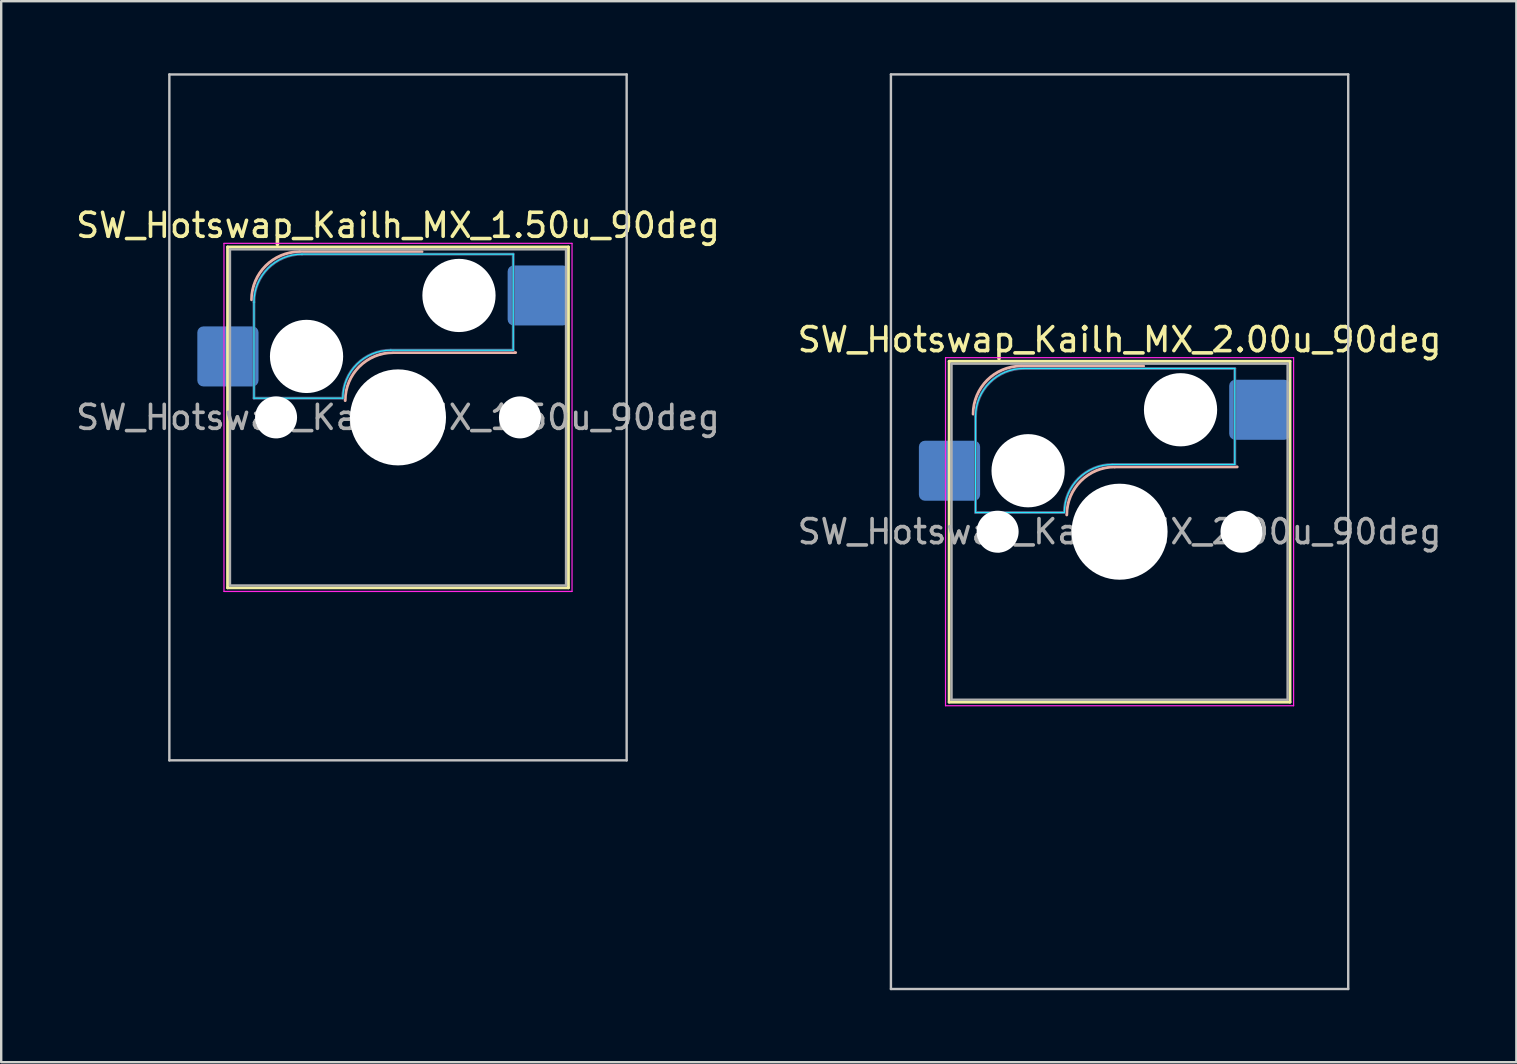
<source format=kicad_pcb>
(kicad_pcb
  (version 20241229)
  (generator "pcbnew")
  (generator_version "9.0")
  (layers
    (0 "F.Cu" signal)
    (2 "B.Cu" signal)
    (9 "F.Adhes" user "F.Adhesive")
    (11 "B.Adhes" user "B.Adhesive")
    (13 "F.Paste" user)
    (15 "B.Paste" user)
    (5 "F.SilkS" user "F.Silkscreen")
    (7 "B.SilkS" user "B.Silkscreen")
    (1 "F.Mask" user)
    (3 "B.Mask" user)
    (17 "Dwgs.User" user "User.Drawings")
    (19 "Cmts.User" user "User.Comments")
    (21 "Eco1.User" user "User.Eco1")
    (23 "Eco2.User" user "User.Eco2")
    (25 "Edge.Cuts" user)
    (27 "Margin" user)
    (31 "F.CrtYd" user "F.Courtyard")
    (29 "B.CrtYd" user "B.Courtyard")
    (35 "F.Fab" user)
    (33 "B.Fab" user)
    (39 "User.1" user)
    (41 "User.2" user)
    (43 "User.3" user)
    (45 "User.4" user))
  (footprint "SW_Hotswap_Kailh_MX_2.00u_90deg"
    (layer "F.Cu")
    (at 43.589 19.1)
    (property "Reference" "SW_Hotswap_Kailh_MX_2.00u_90deg" (at 0 -8 0) (layer "F.SilkS") (effects (font (size 1 1) (thickness 0.15))))
    (attr smd)
    (fp_line (start -7.1 -7.1) (end -7.1 7.1) (stroke (width 0.12) (type solid)) (layer "F.SilkS"))
    (fp_line (start -7.1 7.1) (end 7.1 7.1) (stroke (width 0.12) (type solid)) (layer "F.SilkS"))
    (fp_line (start 7.1 -7.1) (end -7.1 -7.1) (stroke (width 0.12) (type solid)) (layer "F.SilkS"))
    (fp_line (start 7.1 7.1) (end 7.1 -7.1) (stroke (width 0.12) (type solid)) (layer "F.SilkS"))
    (fp_line (start -4.1 -6.9) (end 1 -6.9) (stroke (width 0.12) (type solid)) (layer "B.SilkS"))
    (fp_line (start -0.2 -2.7) (end 4.9 -2.7) (stroke (width 0.12) (type solid)) (layer "B.SilkS"))
    (fp_arc (start -6.1 -4.9) (mid -5.514214 -6.314214) (end -4.1 -6.9) (stroke (width 0.12) (type solid)) (layer "B.SilkS"))
    (fp_arc (start -2.2 -0.7) (mid -1.614214 -2.114214) (end -0.2 -2.7) (stroke (width 0.12) (type solid)) (layer "B.SilkS"))
    (fp_line (start -9.525 -19.05) (end 9.525 -19.05) (stroke (width 0.1) (type solid)) (layer "Dwgs.User"))
    (fp_line (start -9.525 19.05) (end -9.525 -19.05) (stroke (width 0.1) (type solid)) (layer "Dwgs.User"))
    (fp_line (start 9.525 -19.05) (end 9.525 19.05) (stroke (width 0.1) (type solid)) (layer "Dwgs.User"))
    (fp_line (start 9.525 19.05) (end -9.525 19.05) (stroke (width 0.1) (type solid)) (layer "Dwgs.User"))
    (fp_line (start -7.8 -6) (end -7 -6) (stroke (width 0.1) (type solid)) (layer "Eco1.User"))
    (fp_line (start -7.8 -2.9) (end -7.8 -6) (stroke (width 0.1) (type solid)) (layer "Eco1.User"))
    (fp_line (start -7.8 2.9) (end -7 2.9) (stroke (width 0.1) (type solid)) (layer "Eco1.User"))
    (fp_line (start -7.8 6) (end -7.8 2.9) (stroke (width 0.1) (type solid)) (layer "Eco1.User"))
    (fp_line (start -7 -7) (end 7 -7) (stroke (width 0.1) (type solid)) (layer "Eco1.User"))
    (fp_line (start -7 -6) (end -7 -7) (stroke (width 0.1) (type solid)) (layer "Eco1.User"))
    (fp_line (start -7 -2.9) (end -7.8 -2.9) (stroke (width 0.1) (type solid)) (layer "Eco1.User"))
    (fp_line (start -7 2.9) (end -7 -2.9) (stroke (width 0.1) (type solid)) (layer "Eco1.User"))
    (fp_line (start -7 6) (end -7.8 6) (stroke (width 0.1) (type solid)) (layer "Eco1.User"))
    (fp_line (start -7 7) (end -7 6) (stroke (width 0.1) (type solid)) (layer "Eco1.User"))
    (fp_line (start 7 -7) (end 7 -6) (stroke (width 0.1) (type solid)) (layer "Eco1.User"))
    (fp_line (start 7 -6) (end 7.8 -6) (stroke (width 0.1) (type solid)) (layer "Eco1.User"))
    (fp_line (start 7 -2.9) (end 7 2.9) (stroke (width 0.1) (type solid)) (layer "Eco1.User"))
    (fp_line (start 7 2.9) (end 7.8 2.9) (stroke (width 0.1) (type solid)) (layer "Eco1.User"))
    (fp_line (start 7 6) (end 7 7) (stroke (width 0.1) (type solid)) (layer "Eco1.User"))
    (fp_line (start 7 7) (end -7 7) (stroke (width 0.1) (type solid)) (layer "Eco1.User"))
    (fp_line (start 7.8 -6) (end 7.8 -2.9) (stroke (width 0.1) (type solid)) (layer "Eco1.User"))
    (fp_line (start 7.8 -2.9) (end 7 -2.9) (stroke (width 0.1) (type solid)) (layer "Eco1.User"))
    (fp_line (start 7.8 2.9) (end 7.8 6) (stroke (width 0.1) (type solid)) (layer "Eco1.User"))
    (fp_line (start 7.8 6) (end 7 6) (stroke (width 0.1) (type solid)) (layer "Eco1.User"))
    (fp_line (start -6 -0.8) (end -6 -4.8) (stroke (width 0.05) (type solid)) (layer "B.CrtYd"))
    (fp_line (start -6 -0.8) (end -2.3 -0.8) (stroke (width 0.05) (type solid)) (layer "B.CrtYd"))
    (fp_line (start -4 -6.8) (end 4.8 -6.8) (stroke (width 0.05) (type solid)) (layer "B.CrtYd"))
    (fp_line (start -0.3 -2.8) (end 4.8 -2.8) (stroke (width 0.05) (type solid)) (layer "B.CrtYd"))
    (fp_line (start 4.8 -6.8) (end 4.8 -2.8) (stroke (width 0.05) (type solid)) (layer "B.CrtYd"))
    (fp_arc (start -6 -4.8) (mid -5.414214 -6.214214) (end -4 -6.8) (stroke (width 0.05) (type solid)) (layer "B.CrtYd"))
    (fp_arc (start -2.3 -0.8) (mid -1.714214 -2.214214) (end -0.3 -2.8) (stroke (width 0.05) (type solid)) (layer "B.CrtYd"))
    (fp_line (start -7.25 -7.25) (end -7.25 7.25) (stroke (width 0.05) (type solid)) (layer "F.CrtYd"))
    (fp_line (start -7.25 7.25) (end 7.25 7.25) (stroke (width 0.05) (type solid)) (layer "F.CrtYd"))
    (fp_line (start 7.25 -7.25) (end -7.25 -7.25) (stroke (width 0.05) (type solid)) (layer "F.CrtYd"))
    (fp_line (start 7.25 7.25) (end 7.25 -7.25) (stroke (width 0.05) (type solid)) (layer "F.CrtYd"))
    (fp_line (start -6 -0.8) (end -6 -4.8) (stroke (width 0.12) (type solid)) (layer "B.Fab"))
    (fp_line (start -6 -0.8) (end -2.3 -0.8) (stroke (width 0.12) (type solid)) (layer "B.Fab"))
    (fp_line (start -4 -6.8) (end 4.8 -6.8) (stroke (width 0.12) (type solid)) (layer "B.Fab"))
    (fp_line (start -0.3 -2.8) (end 4.8 -2.8) (stroke (width 0.12) (type solid)) (layer "B.Fab"))
    (fp_line (start 4.8 -6.8) (end 4.8 -2.8) (stroke (width 0.12) (type solid)) (layer "B.Fab"))
    (fp_arc (start -6 -4.8) (mid -5.414214 -6.214214) (end -4 -6.8) (stroke (width 0.12) (type solid)) (layer "B.Fab"))
    (fp_arc (start -2.3 -0.8) (mid -1.714214 -2.214214) (end -0.3 -2.8) (stroke (width 0.12) (type solid)) (layer "B.Fab"))
    (fp_line (start -7 -7) (end -7 7) (stroke (width 0.1) (type solid)) (layer "F.Fab"))
    (fp_line (start -7 7) (end 7 7) (stroke (width 0.1) (type solid)) (layer "F.Fab"))
    (fp_line (start 7 -7) (end -7 -7) (stroke (width 0.1) (type solid)) (layer "F.Fab"))
    (fp_line (start 7 7) (end 7 -7) (stroke (width 0.1) (type solid)) (layer "F.Fab"))
    (fp_text user "${REFERENCE}" (at 0 0 0) (layer "F.Fab") (effects (font (size 1 1) (thickness 0.15))))
    (pad "" np_thru_hole circle (at -5.08 0) (size 1.75 1.75) (drill 1.75) (layers "*.Cu" "*.Mask"))
    (pad "" np_thru_hole circle (at -3.81 -2.54) (size 3.05 3.05) (drill 3.05) (layers "*.Cu" "*.Mask"))
    (pad "" np_thru_hole circle (at 0 0) (size 4 4) (drill 4) (layers "*.Cu" "*.Mask"))
    (pad "" np_thru_hole circle (at 2.54 -5.08) (size 3.05 3.05) (drill 3.05) (layers "*.Cu" "*.Mask"))
    (pad "" np_thru_hole circle (at 5.08 0) (size 1.75 1.75) (drill 1.75) (layers "*.Cu" "*.Mask"))
    (pad "1" smd roundrect (at -7.085 -2.54) (size 2.55 2.5) (layers "B.Cu" "B.Mask" "B.Paste") (roundrect_rratio 0.1))
    (pad "2" smd roundrect (at 5.842 -5.08) (size 2.55 2.5) (layers "B.Cu" "B.Mask" "B.Paste") (roundrect_rratio 0.1)))
  (footprint "SW_Hotswap_Kailh_MX_1.50u_90deg"
    (layer "F.Cu")
    (at 13.53 14.338)
    (property "Reference" "SW_Hotswap_Kailh_MX_1.50u_90deg" (at 0 -8 0) (layer "F.SilkS") (effects (font (size 1 1) (thickness 0.15))))
    (attr smd)
    (fp_line (start -7.1 -7.1) (end -7.1 7.1) (stroke (width 0.12) (type solid)) (layer "F.SilkS"))
    (fp_line (start -7.1 7.1) (end 7.1 7.1) (stroke (width 0.12) (type solid)) (layer "F.SilkS"))
    (fp_line (start 7.1 -7.1) (end -7.1 -7.1) (stroke (width 0.12) (type solid)) (layer "F.SilkS"))
    (fp_line (start 7.1 7.1) (end 7.1 -7.1) (stroke (width 0.12) (type solid)) (layer "F.SilkS"))
    (fp_line (start -4.1 -6.9) (end 1 -6.9) (stroke (width 0.12) (type solid)) (layer "B.SilkS"))
    (fp_line (start -0.2 -2.7) (end 4.9 -2.7) (stroke (width 0.12) (type solid)) (layer "B.SilkS"))
    (fp_arc (start -6.1 -4.9) (mid -5.514214 -6.314214) (end -4.1 -6.9) (stroke (width 0.12) (type solid)) (layer "B.SilkS"))
    (fp_arc (start -2.2 -0.7) (mid -1.614214 -2.114214) (end -0.2 -2.7) (stroke (width 0.12) (type solid)) (layer "B.SilkS"))
    (fp_line (start -9.525 -14.287) (end 9.525 -14.287) (stroke (width 0.1) (type solid)) (layer "Dwgs.User"))
    (fp_line (start -9.525 14.287) (end -9.525 -14.287) (stroke (width 0.1) (type solid)) (layer "Dwgs.User"))
    (fp_line (start 9.525 -14.287) (end 9.525 14.287) (stroke (width 0.1) (type solid)) (layer "Dwgs.User"))
    (fp_line (start 9.525 14.287) (end -9.525 14.287) (stroke (width 0.1) (type solid)) (layer "Dwgs.User"))
    (fp_line (start -7.8 -6) (end -7 -6) (stroke (width 0.1) (type solid)) (layer "Eco1.User"))
    (fp_line (start -7.8 -2.9) (end -7.8 -6) (stroke (width 0.1) (type solid)) (layer "Eco1.User"))
    (fp_line (start -7.8 2.9) (end -7 2.9) (stroke (width 0.1) (type solid)) (layer "Eco1.User"))
    (fp_line (start -7.8 6) (end -7.8 2.9) (stroke (width 0.1) (type solid)) (layer "Eco1.User"))
    (fp_line (start -7 -7) (end 7 -7) (stroke (width 0.1) (type solid)) (layer "Eco1.User"))
    (fp_line (start -7 -6) (end -7 -7) (stroke (width 0.1) (type solid)) (layer "Eco1.User"))
    (fp_line (start -7 -2.9) (end -7.8 -2.9) (stroke (width 0.1) (type solid)) (layer "Eco1.User"))
    (fp_line (start -7 2.9) (end -7 -2.9) (stroke (width 0.1) (type solid)) (layer "Eco1.User"))
    (fp_line (start -7 6) (end -7.8 6) (stroke (width 0.1) (type solid)) (layer "Eco1.User"))
    (fp_line (start -7 7) (end -7 6) (stroke (width 0.1) (type solid)) (layer "Eco1.User"))
    (fp_line (start 7 -7) (end 7 -6) (stroke (width 0.1) (type solid)) (layer "Eco1.User"))
    (fp_line (start 7 -6) (end 7.8 -6) (stroke (width 0.1) (type solid)) (layer "Eco1.User"))
    (fp_line (start 7 -2.9) (end 7 2.9) (stroke (width 0.1) (type solid)) (layer "Eco1.User"))
    (fp_line (start 7 2.9) (end 7.8 2.9) (stroke (width 0.1) (type solid)) (layer "Eco1.User"))
    (fp_line (start 7 6) (end 7 7) (stroke (width 0.1) (type solid)) (layer "Eco1.User"))
    (fp_line (start 7 7) (end -7 7) (stroke (width 0.1) (type solid)) (layer "Eco1.User"))
    (fp_line (start 7.8 -6) (end 7.8 -2.9) (stroke (width 0.1) (type solid)) (layer "Eco1.User"))
    (fp_line (start 7.8 -2.9) (end 7 -2.9) (stroke (width 0.1) (type solid)) (layer "Eco1.User"))
    (fp_line (start 7.8 2.9) (end 7.8 6) (stroke (width 0.1) (type solid)) (layer "Eco1.User"))
    (fp_line (start 7.8 6) (end 7 6) (stroke (width 0.1) (type solid)) (layer "Eco1.User"))
    (fp_line (start -6 -0.8) (end -6 -4.8) (stroke (width 0.05) (type solid)) (layer "B.CrtYd"))
    (fp_line (start -6 -0.8) (end -2.3 -0.8) (stroke (width 0.05) (type solid)) (layer "B.CrtYd"))
    (fp_line (start -4 -6.8) (end 4.8 -6.8) (stroke (width 0.05) (type solid)) (layer "B.CrtYd"))
    (fp_line (start -0.3 -2.8) (end 4.8 -2.8) (stroke (width 0.05) (type solid)) (layer "B.CrtYd"))
    (fp_line (start 4.8 -6.8) (end 4.8 -2.8) (stroke (width 0.05) (type solid)) (layer "B.CrtYd"))
    (fp_arc (start -6 -4.8) (mid -5.414214 -6.214214) (end -4 -6.8) (stroke (width 0.05) (type solid)) (layer "B.CrtYd"))
    (fp_arc (start -2.3 -0.8) (mid -1.714214 -2.214214) (end -0.3 -2.8) (stroke (width 0.05) (type solid)) (layer "B.CrtYd"))
    (fp_line (start -7.25 -7.25) (end -7.25 7.25) (stroke (width 0.05) (type solid)) (layer "F.CrtYd"))
    (fp_line (start -7.25 7.25) (end 7.25 7.25) (stroke (width 0.05) (type solid)) (layer "F.CrtYd"))
    (fp_line (start 7.25 -7.25) (end -7.25 -7.25) (stroke (width 0.05) (type solid)) (layer "F.CrtYd"))
    (fp_line (start 7.25 7.25) (end 7.25 -7.25) (stroke (width 0.05) (type solid)) (layer "F.CrtYd"))
    (fp_line (start -6 -0.8) (end -6 -4.8) (stroke (width 0.12) (type solid)) (layer "B.Fab"))
    (fp_line (start -6 -0.8) (end -2.3 -0.8) (stroke (width 0.12) (type solid)) (layer "B.Fab"))
    (fp_line (start -4 -6.8) (end 4.8 -6.8) (stroke (width 0.12) (type solid)) (layer "B.Fab"))
    (fp_line (start -0.3 -2.8) (end 4.8 -2.8) (stroke (width 0.12) (type solid)) (layer "B.Fab"))
    (fp_line (start 4.8 -6.8) (end 4.8 -2.8) (stroke (width 0.12) (type solid)) (layer "B.Fab"))
    (fp_arc (start -6 -4.8) (mid -5.414214 -6.214214) (end -4 -6.8) (stroke (width 0.12) (type solid)) (layer "B.Fab"))
    (fp_arc (start -2.3 -0.8) (mid -1.714214 -2.214214) (end -0.3 -2.8) (stroke (width 0.12) (type solid)) (layer "B.Fab"))
    (fp_line (start -7 -7) (end -7 7) (stroke (width 0.1) (type solid)) (layer "F.Fab"))
    (fp_line (start -7 7) (end 7 7) (stroke (width 0.1) (type solid)) (layer "F.Fab"))
    (fp_line (start 7 -7) (end -7 -7) (stroke (width 0.1) (type solid)) (layer "F.Fab"))
    (fp_line (start 7 7) (end 7 -7) (stroke (width 0.1) (type solid)) (layer "F.Fab"))
    (fp_text user "${REFERENCE}" (at 0 0 0) (layer "F.Fab") (effects (font (size 1 1) (thickness 0.15))))
    (pad "" np_thru_hole circle (at -5.08 0) (size 1.75 1.75) (drill 1.75) (layers "*.Cu" "*.Mask"))
    (pad "" np_thru_hole circle (at -3.81 -2.54) (size 3.05 3.05) (drill 3.05) (layers "*.Cu" "*.Mask"))
    (pad "" np_thru_hole circle (at 0 0) (size 4 4) (drill 4) (layers "*.Cu" "*.Mask"))
    (pad "" np_thru_hole circle (at 2.54 -5.08) (size 3.05 3.05) (drill 3.05) (layers "*.Cu" "*.Mask"))
    (pad "" np_thru_hole circle (at 5.08 0) (size 1.75 1.75) (drill 1.75) (layers "*.Cu" "*.Mask"))
    (pad "1" smd roundrect (at -7.085 -2.54) (size 2.55 2.5) (layers "B.Cu" "B.Mask" "B.Paste") (roundrect_rratio 0.1))
    (pad "2" smd roundrect (at 5.842 -5.08) (size 2.55 2.5) (layers "B.Cu" "B.Mask" "B.Paste") (roundrect_rratio 0.1)))
  (gr_rect
    (start -3 -3)
    (end 60.119 41.2)
    (stroke (width 0.1) (type default))
    (fill no)
    (layer "Edge.Cuts")))
</source>
